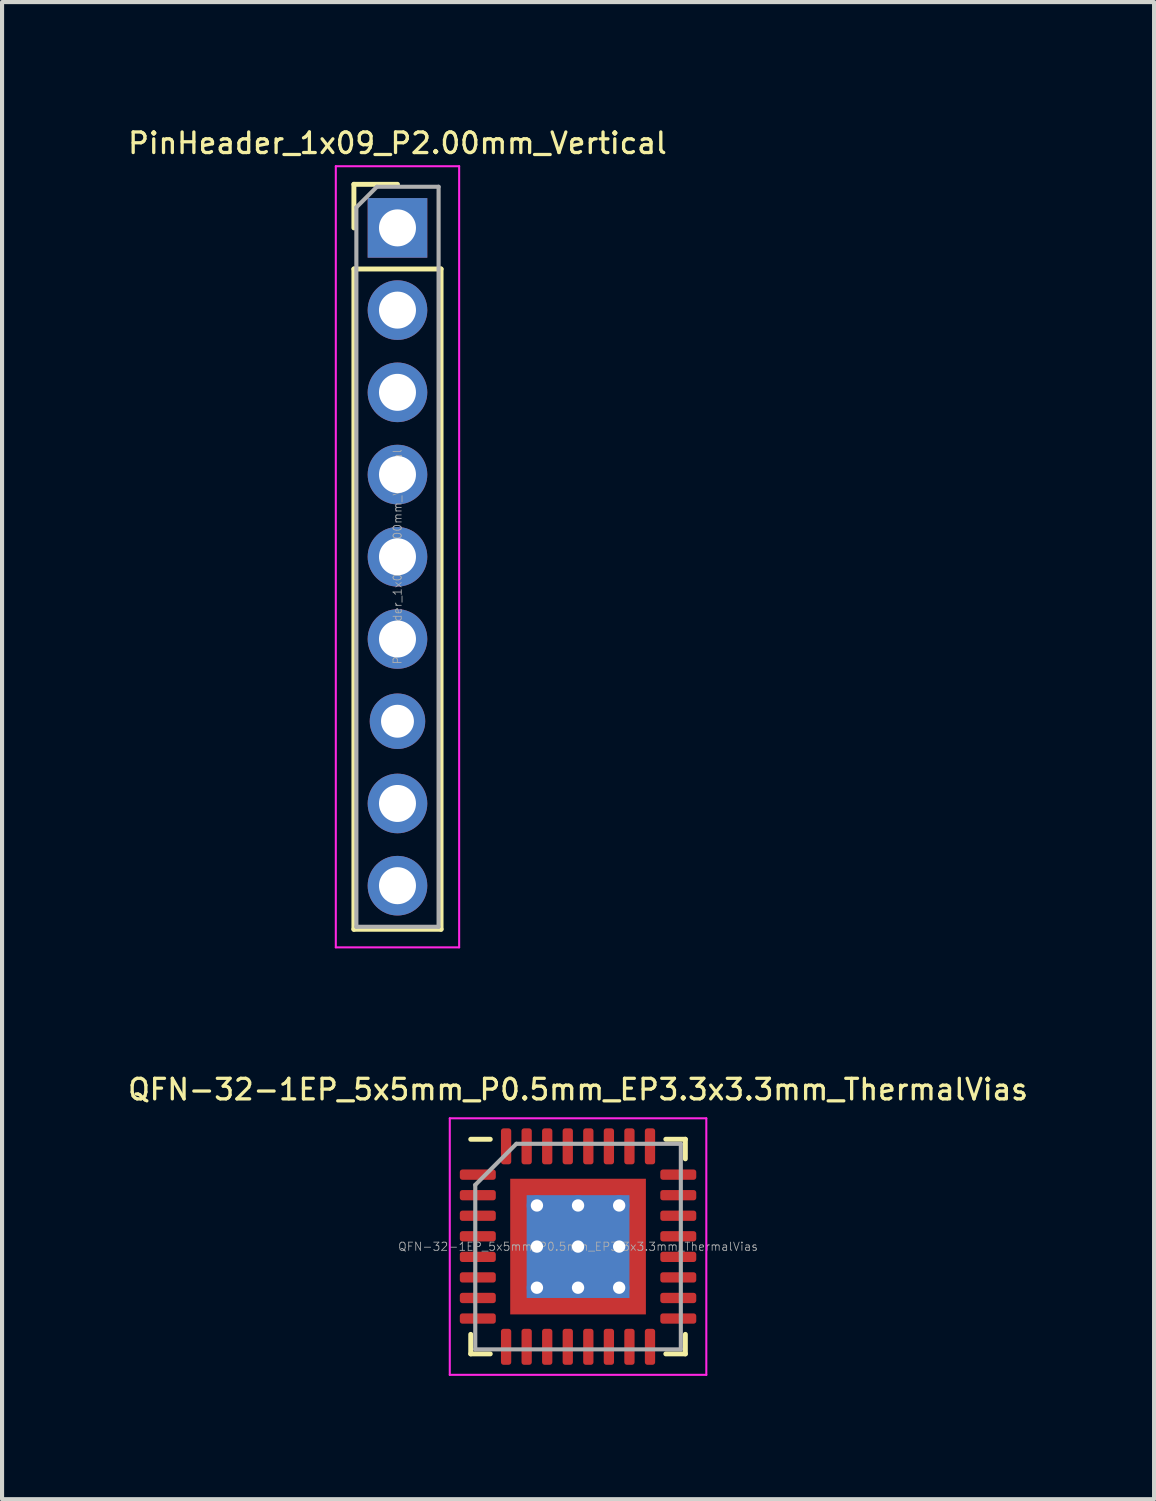
<source format=kicad_pcb>
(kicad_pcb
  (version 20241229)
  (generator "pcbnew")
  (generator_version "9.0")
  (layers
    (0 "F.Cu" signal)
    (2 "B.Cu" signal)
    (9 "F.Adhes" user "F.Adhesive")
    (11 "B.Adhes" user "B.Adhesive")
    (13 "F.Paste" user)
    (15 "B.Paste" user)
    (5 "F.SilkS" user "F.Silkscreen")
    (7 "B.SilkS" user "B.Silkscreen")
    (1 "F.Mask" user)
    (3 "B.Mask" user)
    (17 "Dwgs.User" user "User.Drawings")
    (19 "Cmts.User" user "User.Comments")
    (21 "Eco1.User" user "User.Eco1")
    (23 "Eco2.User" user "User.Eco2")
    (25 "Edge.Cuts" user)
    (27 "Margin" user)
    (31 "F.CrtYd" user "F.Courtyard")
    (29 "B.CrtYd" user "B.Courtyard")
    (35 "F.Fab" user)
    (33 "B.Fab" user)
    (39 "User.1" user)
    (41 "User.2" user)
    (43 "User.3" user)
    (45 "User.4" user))
  (footprint "PinHeader_1x09_P2.00mm_Vertical"
    (layer "F.Cu")
    (at 6.618 2.493)
    (property "Reference" "PinHeader_1x09_P2.00mm_Vertical" (at 0 -2.06 0) (layer "F.SilkS") (effects (font (size 0.5 0.5) (thickness 0.08))))
    (attr through_hole)
    (fp_line (start -1.06 -1.06) (end 0 -1.06) (stroke (width 0.12) (type solid)) (layer "F.SilkS"))
    (fp_line (start -1.06 0) (end -1.06 -1.06) (stroke (width 0.12) (type solid)) (layer "F.SilkS"))
    (fp_line (start -1.06 1) (end -1.06 17.06) (stroke (width 0.12) (type solid)) (layer "F.SilkS"))
    (fp_line (start -1.06 1) (end 1.06 1) (stroke (width 0.12) (type solid)) (layer "F.SilkS"))
    (fp_line (start -1.06 17.06) (end 1.06 17.06) (stroke (width 0.12) (type solid)) (layer "F.SilkS"))
    (fp_line (start 1.06 1) (end 1.06 17.06) (stroke (width 0.12) (type solid)) (layer "F.SilkS"))
    (fp_line (start -1.5 -1.5) (end -1.5 17.5) (stroke (width 0.05) (type solid)) (layer "F.CrtYd"))
    (fp_line (start -1.5 17.5) (end 1.5 17.5) (stroke (width 0.05) (type solid)) (layer "F.CrtYd"))
    (fp_line (start 1.5 -1.5) (end -1.5 -1.5) (stroke (width 0.05) (type solid)) (layer "F.CrtYd"))
    (fp_line (start 1.5 17.5) (end 1.5 -1.5) (stroke (width 0.05) (type solid)) (layer "F.CrtYd"))
    (fp_line (start -1 -0.5) (end -0.5 -1) (stroke (width 0.1) (type solid)) (layer "F.Fab"))
    (fp_line (start -1 17) (end -1 -0.5) (stroke (width 0.1) (type solid)) (layer "F.Fab"))
    (fp_line (start -0.5 -1) (end 1 -1) (stroke (width 0.1) (type solid)) (layer "F.Fab"))
    (fp_line (start 1 -1) (end 1 17) (stroke (width 0.1) (type solid)) (layer "F.Fab"))
    (fp_line (start 1 17) (end -1 17) (stroke (width 0.1) (type solid)) (layer "F.Fab"))
    (fp_text user "${REFERENCE}" (at 0 8 90) (layer "F.Fab") (effects (font (size 0.2 0.2) (thickness 0.02))))
    (pad "1" thru_hole rect (at 0 0) (size 1.45 1.45) (drill 0.9) (layers "*.Cu" "*.Mask"))
    (pad "2" thru_hole oval (at 0 2) (size 1.45 1.45) (drill 0.9) (layers "*.Cu" "*.Mask"))
    (pad "3" thru_hole oval (at 0 4) (size 1.45 1.45) (drill 0.9) (layers "*.Cu" "*.Mask"))
    (pad "4" thru_hole oval (at 0 6) (size 1.45 1.45) (drill 0.9) (layers "*.Cu" "*.Mask"))
    (pad "5" thru_hole oval (at 0 8) (size 1.45 1.45) (drill 0.9) (layers "*.Cu" "*.Mask"))
    (pad "6" thru_hole oval (at 0 10) (size 1.45 1.45) (drill 0.9) (layers "*.Cu" "*.Mask"))
    (pad "7" thru_hole oval (at 0 12) (size 1.35 1.35) (drill 0.8) (layers "*.Cu" "*.Mask"))
    (pad "8" thru_hole oval (at 0 14) (size 1.45 1.45) (drill 0.9) (layers "*.Cu" "*.Mask"))
    (pad "9" thru_hole oval (at 0 16) (size 1.45 1.45) (drill 0.9) (layers "*.Cu" "*.Mask")))
  (footprint "QFN-32-1EP_5x5mm_P0.5mm_EP3.3x3.3mm_ThermalVias"
    (layer "F.Cu")
    (at 11.01 27.271)
    (property "Reference" "QFN-32-1EP_5x5mm_P0.5mm_EP3.3x3.3mm_ThermalVias" (at 0 -3.82 0) (layer "F.SilkS") (effects (font (size 0.5 0.5) (thickness 0.08))))
    (attr smd)
    (fp_line (start -2.61 2.61) (end -2.61 2.135) (stroke (width 0.12) (type solid)) (layer "F.SilkS"))
    (fp_line (start -2.135 -2.61) (end -2.61 -2.61) (stroke (width 0.12) (type solid)) (layer "F.SilkS"))
    (fp_line (start -2.135 2.61) (end -2.61 2.61) (stroke (width 0.12) (type solid)) (layer "F.SilkS"))
    (fp_line (start 2.135 -2.61) (end 2.61 -2.61) (stroke (width 0.12) (type solid)) (layer "F.SilkS"))
    (fp_line (start 2.135 2.61) (end 2.61 2.61) (stroke (width 0.12) (type solid)) (layer "F.SilkS"))
    (fp_line (start 2.61 -2.61) (end 2.61 -2.135) (stroke (width 0.12) (type solid)) (layer "F.SilkS"))
    (fp_line (start 2.61 2.61) (end 2.61 2.135) (stroke (width 0.12) (type solid)) (layer "F.SilkS"))
    (fp_line (start -3.12 -3.12) (end -3.12 3.12) (stroke (width 0.05) (type solid)) (layer "F.CrtYd"))
    (fp_line (start -3.12 3.12) (end 3.12 3.12) (stroke (width 0.05) (type solid)) (layer "F.CrtYd"))
    (fp_line (start 3.12 -3.12) (end -3.12 -3.12) (stroke (width 0.05) (type solid)) (layer "F.CrtYd"))
    (fp_line (start 3.12 3.12) (end 3.12 -3.12) (stroke (width 0.05) (type solid)) (layer "F.CrtYd"))
    (fp_line (start -2.5 -1.5) (end -1.5 -2.5) (stroke (width 0.1) (type solid)) (layer "F.Fab"))
    (fp_line (start -2.5 2.5) (end -2.5 -1.5) (stroke (width 0.1) (type solid)) (layer "F.Fab"))
    (fp_line (start -1.5 -2.5) (end 2.5 -2.5) (stroke (width 0.1) (type solid)) (layer "F.Fab"))
    (fp_line (start 2.5 -2.5) (end 2.5 2.5) (stroke (width 0.1) (type solid)) (layer "F.Fab"))
    (fp_line (start 2.5 2.5) (end -2.5 2.5) (stroke (width 0.1) (type solid)) (layer "F.Fab"))
    (fp_text user "${REFERENCE}" (at 0 0 0) (layer "F.Fab") (effects (font (size 0.2 0.2) (thickness 0.02))))
    (pad "" smd custom (at -1.325 -1.325) (size 0.413 0.413) (layers "F.Paste") (options (anchor circle)) (primitives (gr_poly (pts (xy 0.151 0.059) (xy 0.059 0.151) (xy -0.151 0.151) (xy -0.151 -0.151) (xy 0.151 -0.151)) (width 0.222) (fill yes))))
    (pad "" smd custom (at -1.325 -0.5) (size 0.437 0.437) (layers "F.Paste") (options (anchor circle)) (primitives (gr_poly (pts (xy 0.175 -0.244) (xy 0.175 0.244) (xy 0.103 0.316) (xy -0.175 0.316) (xy -0.175 -0.316) (xy 0.103 -0.316)) (width 0.174) (fill yes))))
    (pad "" smd custom (at -1.325 0.5) (size 0.437 0.437) (layers "F.Paste") (options (anchor circle)) (primitives (gr_poly (pts (xy 0.175 -0.244) (xy 0.175 0.244) (xy 0.103 0.316) (xy -0.175 0.316) (xy -0.175 -0.316) (xy 0.103 -0.316)) (width 0.174) (fill yes))))
    (pad "" smd custom (at -1.325 1.325) (size 0.413 0.413) (layers "F.Paste") (options (anchor circle)) (primitives (gr_poly (pts (xy 0.151 -0.059) (xy 0.151 0.151) (xy -0.151 0.151) (xy -0.151 -0.151) (xy 0.059 -0.151)) (width 0.222) (fill yes))))
    (pad "" smd custom (at -0.5 -1.325) (size 0.437 0.437) (layers "F.Paste") (options (anchor circle)) (primitives (gr_poly (pts (xy 0.316 0.103) (xy 0.244 0.175) (xy -0.244 0.175) (xy -0.316 0.103) (xy -0.316 -0.175) (xy 0.316 -0.175)) (width 0.174) (fill yes))))
    (pad "" smd roundrect (at -0.5 -0.5) (size 0.806 0.806) (layers "F.Paste") (roundrect_rratio 0.25))
    (pad "" smd roundrect (at -0.5 0.5) (size 0.806 0.806) (layers "F.Paste") (roundrect_rratio 0.25))
    (pad "" smd custom (at -0.5 1.325) (size 0.437 0.437) (layers "F.Paste") (options (anchor circle)) (primitives (gr_poly (pts (xy 0.316 -0.103) (xy 0.316 0.175) (xy -0.316 0.175) (xy -0.316 -0.103) (xy -0.244 -0.175) (xy 0.244 -0.175)) (width 0.174) (fill yes))))
    (pad "" smd custom (at 0.5 -1.325) (size 0.437 0.437) (layers "F.Paste") (options (anchor circle)) (primitives (gr_poly (pts (xy 0.316 0.103) (xy 0.244 0.175) (xy -0.244 0.175) (xy -0.316 0.103) (xy -0.316 -0.175) (xy 0.316 -0.175)) (width 0.174) (fill yes))))
    (pad "" smd roundrect (at 0.5 -0.5) (size 0.806 0.806) (layers "F.Paste") (roundrect_rratio 0.25))
    (pad "" smd roundrect (at 0.5 0.5) (size 0.806 0.806) (layers "F.Paste") (roundrect_rratio 0.25))
    (pad "" smd custom (at 0.5 1.325) (size 0.437 0.437) (layers "F.Paste") (options (anchor circle)) (primitives (gr_poly (pts (xy 0.316 -0.103) (xy 0.316 0.175) (xy -0.316 0.175) (xy -0.316 -0.103) (xy -0.244 -0.175) (xy 0.244 -0.175)) (width 0.174) (fill yes))))
    (pad "" smd custom (at 1.325 -1.325) (size 0.413 0.413) (layers "F.Paste") (options (anchor circle)) (primitives (gr_poly (pts (xy 0.151 0.151) (xy -0.059 0.151) (xy -0.151 0.059) (xy -0.151 -0.151) (xy 0.151 -0.151)) (width 0.222) (fill yes))))
    (pad "" smd custom (at 1.325 -0.5) (size 0.437 0.437) (layers "F.Paste") (options (anchor circle)) (primitives (gr_poly (pts (xy 0.175 0.316) (xy -0.103 0.316) (xy -0.175 0.244) (xy -0.175 -0.244) (xy -0.103 -0.316) (xy 0.175 -0.316)) (width 0.174) (fill yes))))
    (pad "" smd custom (at 1.325 0.5) (size 0.437 0.437) (layers "F.Paste") (options (anchor circle)) (primitives (gr_poly (pts (xy 0.175 0.316) (xy -0.103 0.316) (xy -0.175 0.244) (xy -0.175 -0.244) (xy -0.103 -0.316) (xy 0.175 -0.316)) (width 0.174) (fill yes))))
    (pad "" smd custom (at 1.325 1.325) (size 0.413 0.413) (layers "F.Paste") (options (anchor circle)) (primitives (gr_poly (pts (xy 0.151 0.151) (xy -0.151 0.151) (xy -0.151 -0.059) (xy -0.059 -0.151) (xy 0.151 -0.151)) (width 0.222) (fill yes))))
    (pad "1" smd roundrect (at -2.438 -1.75) (size 0.875 0.25) (layers "F.Cu" "F.Mask" "F.Paste") (roundrect_rratio 0.25))
    (pad "2" smd roundrect (at -2.438 -1.25) (size 0.875 0.25) (layers "F.Cu" "F.Mask" "F.Paste") (roundrect_rratio 0.25))
    (pad "3" smd roundrect (at -2.438 -0.75) (size 0.875 0.25) (layers "F.Cu" "F.Mask" "F.Paste") (roundrect_rratio 0.25))
    (pad "4" smd roundrect (at -2.438 -0.25) (size 0.875 0.25) (layers "F.Cu" "F.Mask" "F.Paste") (roundrect_rratio 0.25))
    (pad "5" smd roundrect (at -2.438 0.25) (size 0.875 0.25) (layers "F.Cu" "F.Mask" "F.Paste") (roundrect_rratio 0.25))
    (pad "6" smd roundrect (at -2.438 0.75) (size 0.875 0.25) (layers "F.Cu" "F.Mask" "F.Paste") (roundrect_rratio 0.25))
    (pad "7" smd roundrect (at -2.438 1.25) (size 0.875 0.25) (layers "F.Cu" "F.Mask" "F.Paste") (roundrect_rratio 0.25))
    (pad "8" smd roundrect (at -2.438 1.75) (size 0.875 0.25) (layers "F.Cu" "F.Mask" "F.Paste") (roundrect_rratio 0.25))
    (pad "9" smd roundrect (at -1.75 2.438) (size 0.25 0.875) (layers "F.Cu" "F.Mask" "F.Paste") (roundrect_rratio 0.25))
    (pad "10" smd roundrect (at -1.25 2.438) (size 0.25 0.875) (layers "F.Cu" "F.Mask" "F.Paste") (roundrect_rratio 0.25))
    (pad "11" smd roundrect (at -0.75 2.438) (size 0.25 0.875) (layers "F.Cu" "F.Mask" "F.Paste") (roundrect_rratio 0.25))
    (pad "12" smd roundrect (at -0.25 2.438) (size 0.25 0.875) (layers "F.Cu" "F.Mask" "F.Paste") (roundrect_rratio 0.25))
    (pad "13" smd roundrect (at 0.25 2.438) (size 0.25 0.875) (layers "F.Cu" "F.Mask" "F.Paste") (roundrect_rratio 0.25))
    (pad "14" smd roundrect (at 0.75 2.438) (size 0.25 0.875) (layers "F.Cu" "F.Mask" "F.Paste") (roundrect_rratio 0.25))
    (pad "15" smd roundrect (at 1.25 2.438) (size 0.25 0.875) (layers "F.Cu" "F.Mask" "F.Paste") (roundrect_rratio 0.25))
    (pad "16" smd roundrect (at 1.75 2.438) (size 0.25 0.875) (layers "F.Cu" "F.Mask" "F.Paste") (roundrect_rratio 0.25))
    (pad "17" smd roundrect (at 2.438 1.75) (size 0.875 0.25) (layers "F.Cu" "F.Mask" "F.Paste") (roundrect_rratio 0.25))
    (pad "18" smd roundrect (at 2.438 1.25) (size 0.875 0.25) (layers "F.Cu" "F.Mask" "F.Paste") (roundrect_rratio 0.25))
    (pad "19" smd roundrect (at 2.438 0.75) (size 0.875 0.25) (layers "F.Cu" "F.Mask" "F.Paste") (roundrect_rratio 0.25))
    (pad "20" smd roundrect (at 2.438 0.25) (size 0.875 0.25) (layers "F.Cu" "F.Mask" "F.Paste") (roundrect_rratio 0.25))
    (pad "21" smd roundrect (at 2.438 -0.25) (size 0.875 0.25) (layers "F.Cu" "F.Mask" "F.Paste") (roundrect_rratio 0.25))
    (pad "22" smd roundrect (at 2.438 -0.75) (size 0.875 0.25) (layers "F.Cu" "F.Mask" "F.Paste") (roundrect_rratio 0.25))
    (pad "23" smd roundrect (at 2.438 -1.25) (size 0.875 0.25) (layers "F.Cu" "F.Mask" "F.Paste") (roundrect_rratio 0.25))
    (pad "24" smd roundrect (at 2.438 -1.75) (size 0.875 0.25) (layers "F.Cu" "F.Mask" "F.Paste") (roundrect_rratio 0.25))
    (pad "25" smd roundrect (at 1.75 -2.438) (size 0.25 0.875) (layers "F.Cu" "F.Mask" "F.Paste") (roundrect_rratio 0.25))
    (pad "26" smd roundrect (at 1.25 -2.438) (size 0.25 0.875) (layers "F.Cu" "F.Mask" "F.Paste") (roundrect_rratio 0.25))
    (pad "27" smd roundrect (at 0.75 -2.438) (size 0.25 0.875) (layers "F.Cu" "F.Mask" "F.Paste") (roundrect_rratio 0.25))
    (pad "28" smd roundrect (at 0.25 -2.438) (size 0.25 0.875) (layers "F.Cu" "F.Mask" "F.Paste") (roundrect_rratio 0.25))
    (pad "29" smd roundrect (at -0.25 -2.438) (size 0.25 0.875) (layers "F.Cu" "F.Mask" "F.Paste") (roundrect_rratio 0.25))
    (pad "30" smd roundrect (at -0.75 -2.438) (size 0.25 0.875) (layers "F.Cu" "F.Mask" "F.Paste") (roundrect_rratio 0.25))
    (pad "31" smd roundrect (at -1.25 -2.438) (size 0.25 0.875) (layers "F.Cu" "F.Mask" "F.Paste") (roundrect_rratio 0.25))
    (pad "32" smd roundrect (at -1.75 -2.438) (size 0.25 0.875) (layers "F.Cu" "F.Mask" "F.Paste") (roundrect_rratio 0.25))
    (pad "33" thru_hole circle (at -1 -1) (size 0.5 0.5) (drill 0.3) (layers "*.Cu"))
    (pad "33" thru_hole circle (at -1 0) (size 0.5 0.5) (drill 0.3) (layers "*.Cu"))
    (pad "33" thru_hole circle (at -1 1) (size 0.5 0.5) (drill 0.3) (layers "*.Cu"))
    (pad "33" thru_hole circle (at 0 -1) (size 0.5 0.5) (drill 0.3) (layers "*.Cu"))
    (pad "33" thru_hole circle (at 0 0) (size 0.5 0.5) (drill 0.3) (layers "*.Cu"))
    (pad "33" smd rect (at 0 0) (size 2.5 2.5) (layers "B.Cu"))
    (pad "33" smd rect (at 0 0) (size 3.3 3.3) (layers "F.Cu" "F.Mask"))
    (pad "33" thru_hole circle (at 0 1) (size 0.5 0.5) (drill 0.3) (layers "*.Cu"))
    (pad "33" thru_hole circle (at 1 -1) (size 0.5 0.5) (drill 0.3) (layers "*.Cu"))
    (pad "33" thru_hole circle (at 1 0) (size 0.5 0.5) (drill 0.3) (layers "*.Cu"))
    (pad "33" thru_hole circle (at 1 1) (size 0.5 0.5) (drill 0.3) (layers "*.Cu")))
  (gr_rect
    (start -3 -3)
    (end 25.021 33.416)
    (stroke (width 0.1) (type default))
    (fill no)
    (layer "Edge.Cuts")))
</source>
